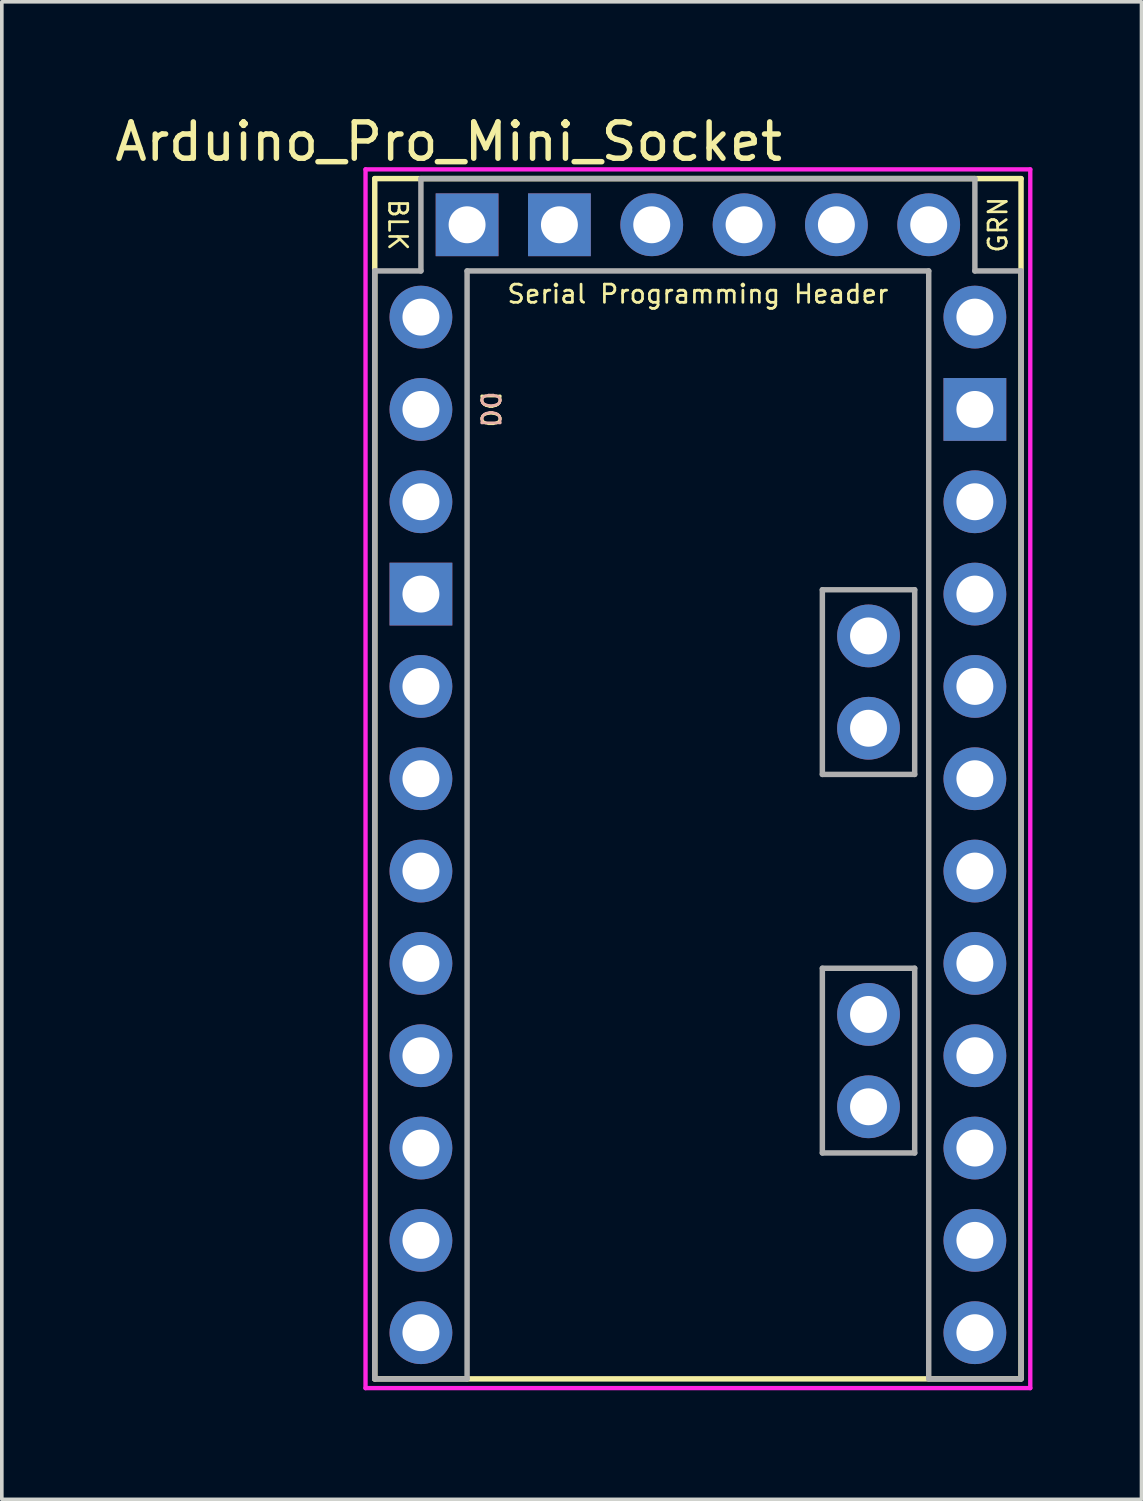
<source format=kicad_pcb>
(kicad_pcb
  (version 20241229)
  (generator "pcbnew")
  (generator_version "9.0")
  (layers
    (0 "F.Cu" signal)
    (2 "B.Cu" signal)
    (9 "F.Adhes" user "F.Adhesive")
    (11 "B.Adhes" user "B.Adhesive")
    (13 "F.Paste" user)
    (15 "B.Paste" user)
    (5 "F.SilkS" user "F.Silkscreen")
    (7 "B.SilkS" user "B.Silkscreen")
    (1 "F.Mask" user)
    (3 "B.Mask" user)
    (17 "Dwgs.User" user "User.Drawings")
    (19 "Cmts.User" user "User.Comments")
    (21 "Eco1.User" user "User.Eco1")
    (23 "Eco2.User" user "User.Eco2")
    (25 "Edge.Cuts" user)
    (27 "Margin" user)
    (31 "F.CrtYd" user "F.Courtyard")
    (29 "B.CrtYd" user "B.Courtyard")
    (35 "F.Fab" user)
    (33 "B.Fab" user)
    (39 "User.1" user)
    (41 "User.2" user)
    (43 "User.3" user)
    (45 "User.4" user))
  (footprint "Arduino_Pro_Mini_Socket"
    (layer "F.Cu")
    (at 16.15 18.374)
    (property "Reference" "Arduino_Pro_Mini_Socket" (at -6.858 -17.526 0) (layer "F.SilkS") (effects (font (size 1 1) (thickness 0.15))))
    (attr through_hole)
    (fp_line (start -8.89 -16.51) (end -8.89 16.51) (stroke (width 0.15) (type solid)) (layer "F.SilkS"))
    (fp_line (start 8.89 -16.51) (end -8.89 -16.51) (stroke (width 0.15) (type solid)) (layer "F.SilkS"))
    (fp_line (start 8.89 -16.51) (end 8.89 16.51) (stroke (width 0.15) (type solid)) (layer "F.SilkS"))
    (fp_line (start 8.89 16.51) (end -8.89 16.51) (stroke (width 0.15) (type solid)) (layer "F.SilkS"))
    (fp_line (start -9.144 -16.764) (end 9.144 -16.764) (stroke (width 0.12) (type solid)) (layer "F.CrtYd"))
    (fp_line (start -9.144 16.764) (end -9.144 -16.764) (stroke (width 0.12) (type solid)) (layer "F.CrtYd"))
    (fp_line (start 9.144 -16.764) (end 9.144 16.764) (stroke (width 0.12) (type solid)) (layer "F.CrtYd"))
    (fp_line (start 9.144 16.764) (end -9.144 16.764) (stroke (width 0.12) (type solid)) (layer "F.CrtYd"))
    (fp_line (start -8.89 -13.97) (end -8.89 16.51) (stroke (width 0.15) (type solid)) (layer "F.Fab"))
    (fp_line (start -8.89 -13.97) (end -7.62 -13.97) (stroke (width 0.15) (type solid)) (layer "F.Fab"))
    (fp_line (start -8.89 16.51) (end -6.35 16.51) (stroke (width 0.15) (type solid)) (layer "F.Fab"))
    (fp_line (start -7.62 -16.51) (end -7.62 -13.97) (stroke (width 0.15) (type solid)) (layer "F.Fab"))
    (fp_line (start -7.62 -16.51) (end 7.62 -16.51) (stroke (width 0.15) (type solid)) (layer "F.Fab"))
    (fp_line (start -6.35 -13.97) (end -6.35 16.51) (stroke (width 0.15) (type solid)) (layer "F.Fab"))
    (fp_line (start -6.35 -13.97) (end 6.35 -13.97) (stroke (width 0.15) (type solid)) (layer "F.Fab"))
    (fp_line (start 3.424 -5.199) (end 3.424 -0.119) (stroke (width 0.15) (type solid)) (layer "F.Fab"))
    (fp_line (start 3.424 -0.119) (end 5.964 -0.119) (stroke (width 0.15) (type solid)) (layer "F.Fab"))
    (fp_line (start 3.424 5.214) (end 3.424 10.295) (stroke (width 0.15) (type solid)) (layer "F.Fab"))
    (fp_line (start 5.964 -5.199) (end 3.424 -5.199) (stroke (width 0.15) (type solid)) (layer "F.Fab"))
    (fp_line (start 5.964 -5.199) (end 5.964 -0.119) (stroke (width 0.15) (type solid)) (layer "F.Fab"))
    (fp_line (start 5.964 5.214) (end 3.424 5.214) (stroke (width 0.15) (type solid)) (layer "F.Fab"))
    (fp_line (start 5.964 5.214) (end 5.964 10.295) (stroke (width 0.15) (type solid)) (layer "F.Fab"))
    (fp_line (start 5.964 10.295) (end 3.424 10.295) (stroke (width 0.15) (type solid)) (layer "F.Fab"))
    (fp_line (start 6.35 -13.97) (end 6.35 16.51) (stroke (width 0.15) (type solid)) (layer "F.Fab"))
    (fp_line (start 6.35 16.51) (end 8.89 16.51) (stroke (width 0.15) (type solid)) (layer "F.Fab"))
    (fp_line (start 7.62 -16.51) (end 7.62 -13.97) (stroke (width 0.15) (type solid)) (layer "F.Fab"))
    (fp_line (start 7.62 -13.97) (end 8.89 -13.97) (stroke (width 0.15) (type solid)) (layer "F.Fab"))
    (fp_line (start 8.89 -13.97) (end 8.89 16.51) (stroke (width 0.15) (type solid)) (layer "F.Fab"))
    (fp_text user "Serial Programming Header" (at 0 -13.335 180) (layer "F.SilkS") (effects (font (size 0.5 0.5) (thickness 0.075))))
    (fp_text user "GRN" (at 8.255 -15.24 90) (layer "F.SilkS") (effects (font (size 0.5 0.5) (thickness 0.075))))
    (fp_text user "D0" (at -5.715 -10.16 270) (unlocked yes) (layer "F.SilkS") (effects (font (size 0.5 0.5) (thickness 0.075))))
    (fp_text user "BLK" (at -8.255 -15.24 270) (unlocked yes) (layer "F.SilkS") (effects (font (size 0.5 0.5) (thickness 0.075))))
    (fp_text user "D0" (at -5.715 -10.16 270) (unlocked yes) (layer "B.SilkS") (effects (font (size 0.5 0.5) (thickness 0.075)) (justify mirror)))
    (pad "A0" thru_hole circle (at 7.62 5.08) (size 1.727 1.727) (drill 1.016) (layers "*.Cu" "*.Mask"))
    (pad "A1" thru_hole circle (at 7.62 2.54) (size 1.727 1.727) (drill 1.016) (layers "*.Cu" "*.Mask"))
    (pad "A2" thru_hole circle (at 7.62 0) (size 1.727 1.727) (drill 1.016) (layers "*.Cu" "*.Mask"))
    (pad "A3" thru_hole circle (at 7.62 -2.54) (size 1.727 1.727) (drill 1.016) (layers "*.Cu" "*.Mask"))
    (pad "A4" thru_hole circle (at 4.694 -1.389) (size 1.727 1.727) (drill 1.016) (layers "*.Cu" "*.Mask"))
    (pad "A5" thru_hole circle (at 4.694 -3.929) (size 1.727 1.727) (drill 1.016) (layers "*.Cu" "*.Mask"))
    (pad "A6" thru_hole circle (at 4.694 9.025) (size 1.727 1.727) (drill 1.016) (layers "*.Cu" "*.Mask"))
    (pad "A7" thru_hole circle (at 4.694 6.484) (size 1.727 1.727) (drill 1.016) (layers "*.Cu" "*.Mask"))
    (pad "D0" thru_hole circle (at -7.62 -10.16) (size 1.727 1.727) (drill 1.016) (layers "*.Cu" "*.Mask"))
    (pad "D1" thru_hole circle (at -7.62 -12.7) (size 1.727 1.727) (drill 1.016) (layers "*.Cu" "*.Mask"))
    (pad "D2" thru_hole circle (at -7.62 -2.54) (size 1.727 1.727) (drill 1.016) (layers "*.Cu" "*.Mask"))
    (pad "D3" thru_hole circle (at -7.62 0) (size 1.727 1.727) (drill 1.016) (layers "*.Cu" "*.Mask"))
    (pad "D4" thru_hole circle (at -7.62 2.54) (size 1.727 1.727) (drill 1.016) (layers "*.Cu" "*.Mask"))
    (pad "D5" thru_hole circle (at -7.62 5.08) (size 1.727 1.727) (drill 1.016) (layers "*.Cu" "*.Mask"))
    (pad "D6" thru_hole circle (at -7.62 7.62) (size 1.727 1.727) (drill 1.016) (layers "*.Cu" "*.Mask"))
    (pad "D7" thru_hole circle (at -7.62 10.16) (size 1.727 1.727) (drill 1.016) (layers "*.Cu" "*.Mask"))
    (pad "D8" thru_hole circle (at -7.62 12.7) (size 1.727 1.727) (drill 1.016) (layers "*.Cu" "*.Mask"))
    (pad "D9" thru_hole circle (at -7.62 15.24) (size 1.727 1.727) (drill 1.016) (layers "*.Cu" "*.Mask"))
    (pad "D10" thru_hole circle (at 7.62 15.24) (size 1.727 1.727) (drill 1.016) (layers "*.Cu" "*.Mask"))
    (pad "D11" thru_hole circle (at 7.62 12.7) (size 1.727 1.727) (drill 1.016) (layers "*.Cu" "*.Mask"))
    (pad "D12" thru_hole circle (at 7.62 10.16) (size 1.727 1.727) (drill 1.016) (layers "*.Cu" "*.Mask"))
    (pad "D13" thru_hole circle (at 7.62 7.62) (size 1.727 1.727) (drill 1.016) (layers "*.Cu" "*.Mask"))
    (pad "DTR" thru_hole circle (at 6.35 -15.24) (size 1.727 1.727) (drill 1.016) (layers "*.Cu" "*.Mask"))
    (pad "GND1" thru_hole rect (at -7.62 -5.08) (size 1.727 1.727) (drill 1.016) (layers "*.Cu" "*.Mask"))
    (pad "GND2" thru_hole rect (at 7.62 -10.16) (size 1.727 1.727) (drill 1.016) (layers "*.Cu" "*.Mask"))
    (pad "GND4" thru_hole rect (at -3.81 -15.24) (size 1.727 1.727) (drill 1.016) (layers "*.Cu" "*.Mask"))
    (pad "GND5" thru_hole rect (at -6.35 -15.24) (size 1.727 1.727) (drill 1.016) (layers "*.Cu" "*.Mask"))
    (pad "RAW" thru_hole circle (at 7.62 -12.7) (size 1.727 1.727) (drill 1.016) (layers "*.Cu" "*.Mask"))
    (pad "RST1" thru_hole circle (at -7.62 -7.62) (size 1.727 1.727) (drill 1.016) (layers "*.Cu" "*.Mask"))
    (pad "RST2" thru_hole circle (at 7.62 -7.62) (size 1.727 1.727) (drill 1.016) (layers "*.Cu" "*.Mask"))
    (pad "RXI" thru_hole circle (at 1.27 -15.24) (size 1.727 1.727) (drill 1.016) (layers "*.Cu" "*.Mask"))
    (pad "TXO" thru_hole circle (at 3.81 -15.24) (size 1.727 1.727) (drill 1.016) (layers "*.Cu" "*.Mask"))
    (pad "Vcc1" thru_hole circle (at 7.62 -5.08) (size 1.727 1.727) (drill 1.016) (layers "*.Cu" "*.Mask"))
    (pad "Vcc2" thru_hole circle (at -1.27 -15.24) (size 1.727 1.727) (drill 1.016) (layers "*.Cu" "*.Mask")))
  (gr_rect
    (start -3 -3)
    (end 28.354 38.198)
    (stroke (width 0.1) (type default))
    (fill no)
    (layer "Edge.Cuts")))
</source>
